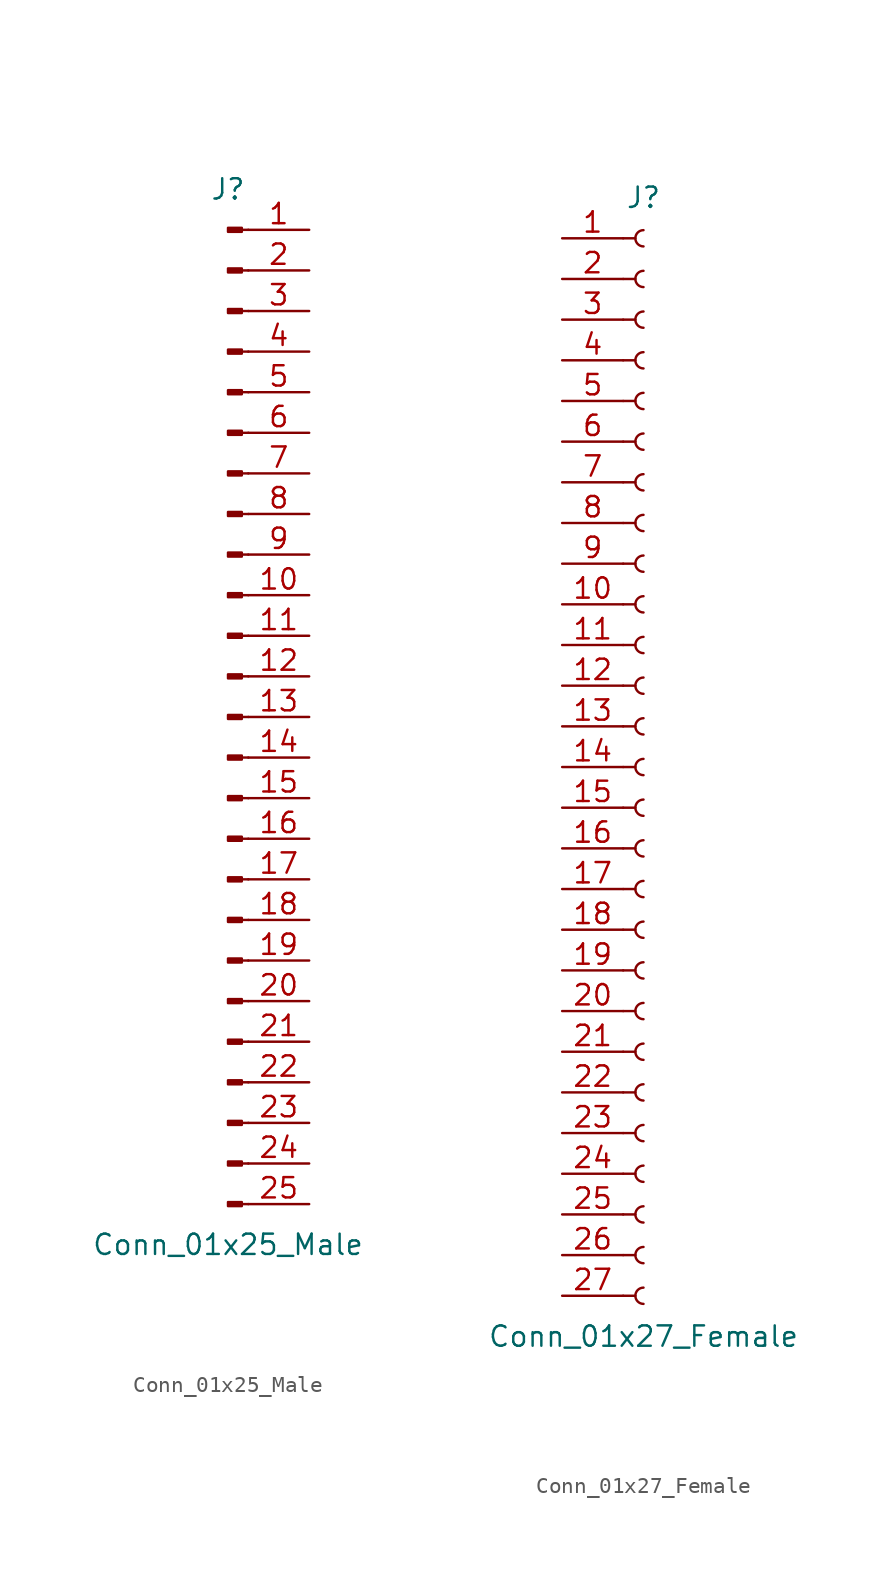
<source format=kicad_sym>
(kicad_symbol_lib
  (version 20211014)
  (generator kicad_symbol_editor)
  (symbol "Conn_01x25_Male"
    (pin_names
      (offset 1.016) hide)
    (property "Reference" "J"
      (at 0 33.02 0)
      (effects (font (size 1.27 1.27))))
    (property "Value" "Conn_01x25_Male"
      (at 0 -33.02 0)
      (effects (font (size 1.27 1.27))))
    (symbol "Conn_01x25_Male_1_1"
      (polyline (pts (xy 1.27 -30.48) (xy 0.864 -30.48)) (stroke (width 0.152) (type default) (color 0 0 0 0)) (fill (type none)))
      (polyline (pts (xy 1.27 -27.94) (xy 0.864 -27.94)) (stroke (width 0.152) (type default) (color 0 0 0 0)) (fill (type none)))
      (polyline (pts (xy 1.27 -25.4) (xy 0.864 -25.4)) (stroke (width 0.152) (type default) (color 0 0 0 0)) (fill (type none)))
      (polyline (pts (xy 1.27 -22.86) (xy 0.864 -22.86)) (stroke (width 0.152) (type default) (color 0 0 0 0)) (fill (type none)))
      (polyline (pts (xy 1.27 -20.32) (xy 0.864 -20.32)) (stroke (width 0.152) (type default) (color 0 0 0 0)) (fill (type none)))
      (polyline (pts (xy 1.27 -17.78) (xy 0.864 -17.78)) (stroke (width 0.152) (type default) (color 0 0 0 0)) (fill (type none)))
      (polyline (pts (xy 1.27 -15.24) (xy 0.864 -15.24)) (stroke (width 0.152) (type default) (color 0 0 0 0)) (fill (type none)))
      (polyline (pts (xy 1.27 -12.7) (xy 0.864 -12.7)) (stroke (width 0.152) (type default) (color 0 0 0 0)) (fill (type none)))
      (polyline (pts (xy 1.27 -10.16) (xy 0.864 -10.16)) (stroke (width 0.152) (type default) (color 0 0 0 0)) (fill (type none)))
      (polyline (pts (xy 1.27 -7.62) (xy 0.864 -7.62)) (stroke (width 0.152) (type default) (color 0 0 0 0)) (fill (type none)))
      (polyline (pts (xy 1.27 -5.08) (xy 0.864 -5.08)) (stroke (width 0.152) (type default) (color 0 0 0 0)) (fill (type none)))
      (polyline (pts (xy 1.27 -2.54) (xy 0.864 -2.54)) (stroke (width 0.152) (type default) (color 0 0 0 0)) (fill (type none)))
      (polyline (pts (xy 1.27 0) (xy 0.864 0)) (stroke (width 0.152) (type default) (color 0 0 0 0)) (fill (type none)))
      (polyline (pts (xy 1.27 2.54) (xy 0.864 2.54)) (stroke (width 0.152) (type default) (color 0 0 0 0)) (fill (type none)))
      (polyline (pts (xy 1.27 5.08) (xy 0.864 5.08)) (stroke (width 0.152) (type default) (color 0 0 0 0)) (fill (type none)))
      (polyline (pts (xy 1.27 7.62) (xy 0.864 7.62)) (stroke (width 0.152) (type default) (color 0 0 0 0)) (fill (type none)))
      (polyline (pts (xy 1.27 10.16) (xy 0.864 10.16)) (stroke (width 0.152) (type default) (color 0 0 0 0)) (fill (type none)))
      (polyline (pts (xy 1.27 12.7) (xy 0.864 12.7)) (stroke (width 0.152) (type default) (color 0 0 0 0)) (fill (type none)))
      (polyline (pts (xy 1.27 15.24) (xy 0.864 15.24)) (stroke (width 0.152) (type default) (color 0 0 0 0)) (fill (type none)))
      (polyline (pts (xy 1.27 17.78) (xy 0.864 17.78)) (stroke (width 0.152) (type default) (color 0 0 0 0)) (fill (type none)))
      (polyline (pts (xy 1.27 20.32) (xy 0.864 20.32)) (stroke (width 0.152) (type default) (color 0 0 0 0)) (fill (type none)))
      (polyline (pts (xy 1.27 22.86) (xy 0.864 22.86)) (stroke (width 0.152) (type default) (color 0 0 0 0)) (fill (type none)))
      (polyline (pts (xy 1.27 25.4) (xy 0.864 25.4)) (stroke (width 0.152) (type default) (color 0 0 0 0)) (fill (type none)))
      (polyline (pts (xy 1.27 27.94) (xy 0.864 27.94)) (stroke (width 0.152) (type default) (color 0 0 0 0)) (fill (type none)))
      (polyline (pts (xy 1.27 30.48) (xy 0.864 30.48)) (stroke (width 0.152) (type default) (color 0 0 0 0)) (fill (type none)))
      (rectangle (start 0.864 -30.353) (end 0 -30.607) (stroke (width 0.152) (type default) (color 0 0 0 0)) (fill (type outline)))
      (rectangle (start 0.864 -27.813) (end 0 -28.067) (stroke (width 0.152) (type default) (color 0 0 0 0)) (fill (type outline)))
      (rectangle (start 0.864 -25.273) (end 0 -25.527) (stroke (width 0.152) (type default) (color 0 0 0 0)) (fill (type outline)))
      (rectangle (start 0.864 -22.733) (end 0 -22.987) (stroke (width 0.152) (type default) (color 0 0 0 0)) (fill (type outline)))
      (rectangle (start 0.864 -20.193) (end 0 -20.447) (stroke (width 0.152) (type default) (color 0 0 0 0)) (fill (type outline)))
      (rectangle (start 0.864 -17.653) (end 0 -17.907) (stroke (width 0.152) (type default) (color 0 0 0 0)) (fill (type outline)))
      (rectangle (start 0.864 -15.113) (end 0 -15.367) (stroke (width 0.152) (type default) (color 0 0 0 0)) (fill (type outline)))
      (rectangle (start 0.864 -12.573) (end 0 -12.827) (stroke (width 0.152) (type default) (color 0 0 0 0)) (fill (type outline)))
      (rectangle (start 0.864 -10.033) (end 0 -10.287) (stroke (width 0.152) (type default) (color 0 0 0 0)) (fill (type outline)))
      (rectangle (start 0.864 -7.493) (end 0 -7.747) (stroke (width 0.152) (type default) (color 0 0 0 0)) (fill (type outline)))
      (rectangle (start 0.864 -4.953) (end 0 -5.207) (stroke (width 0.152) (type default) (color 0 0 0 0)) (fill (type outline)))
      (rectangle (start 0.864 -2.413) (end 0 -2.667) (stroke (width 0.152) (type default) (color 0 0 0 0)) (fill (type outline)))
      (rectangle (start 0.864 0.127) (end 0 -0.127) (stroke (width 0.152) (type default) (color 0 0 0 0)) (fill (type outline)))
      (rectangle (start 0.864 2.667) (end 0 2.413) (stroke (width 0.152) (type default) (color 0 0 0 0)) (fill (type outline)))
      (rectangle (start 0.864 5.207) (end 0 4.953) (stroke (width 0.152) (type default) (color 0 0 0 0)) (fill (type outline)))
      (rectangle (start 0.864 7.747) (end 0 7.493) (stroke (width 0.152) (type default) (color 0 0 0 0)) (fill (type outline)))
      (rectangle (start 0.864 10.287) (end 0 10.033) (stroke (width 0.152) (type default) (color 0 0 0 0)) (fill (type outline)))
      (rectangle (start 0.864 12.827) (end 0 12.573) (stroke (width 0.152) (type default) (color 0 0 0 0)) (fill (type outline)))
      (rectangle (start 0.864 15.367) (end 0 15.113) (stroke (width 0.152) (type default) (color 0 0 0 0)) (fill (type outline)))
      (rectangle (start 0.864 17.907) (end 0 17.653) (stroke (width 0.152) (type default) (color 0 0 0 0)) (fill (type outline)))
      (rectangle (start 0.864 20.447) (end 0 20.193) (stroke (width 0.152) (type default) (color 0 0 0 0)) (fill (type outline)))
      (rectangle (start 0.864 22.987) (end 0 22.733) (stroke (width 0.152) (type default) (color 0 0 0 0)) (fill (type outline)))
      (rectangle (start 0.864 25.527) (end 0 25.273) (stroke (width 0.152) (type default) (color 0 0 0 0)) (fill (type outline)))
      (rectangle (start 0.864 28.067) (end 0 27.813) (stroke (width 0.152) (type default) (color 0 0 0 0)) (fill (type outline)))
      (rectangle (start 0.864 30.607) (end 0 30.353) (stroke (width 0.152) (type default) (color 0 0 0 0)) (fill (type outline)))
      (pin passive line (at 5.08 30.48 180) (length 3.81) (name "Pin_1" (effects (font (size 1.27 1.27)))) (number "1" (effects (font (size 1.27 1.27)))))
      (pin passive line (at 5.08 7.62 180) (length 3.81) (name "Pin_10" (effects (font (size 1.27 1.27)))) (number "10" (effects (font (size 1.27 1.27)))))
      (pin passive line (at 5.08 5.08 180) (length 3.81) (name "Pin_11" (effects (font (size 1.27 1.27)))) (number "11" (effects (font (size 1.27 1.27)))))
      (pin passive line (at 5.08 2.54 180) (length 3.81) (name "Pin_12" (effects (font (size 1.27 1.27)))) (number "12" (effects (font (size 1.27 1.27)))))
      (pin passive line (at 5.08 0 180) (length 3.81) (name "Pin_13" (effects (font (size 1.27 1.27)))) (number "13" (effects (font (size 1.27 1.27)))))
      (pin passive line (at 5.08 -2.54 180) (length 3.81) (name "Pin_14" (effects (font (size 1.27 1.27)))) (number "14" (effects (font (size 1.27 1.27)))))
      (pin passive line (at 5.08 -5.08 180) (length 3.81) (name "Pin_15" (effects (font (size 1.27 1.27)))) (number "15" (effects (font (size 1.27 1.27)))))
      (pin passive line (at 5.08 -7.62 180) (length 3.81) (name "Pin_16" (effects (font (size 1.27 1.27)))) (number "16" (effects (font (size 1.27 1.27)))))
      (pin passive line (at 5.08 -10.16 180) (length 3.81) (name "Pin_17" (effects (font (size 1.27 1.27)))) (number "17" (effects (font (size 1.27 1.27)))))
      (pin passive line (at 5.08 -12.7 180) (length 3.81) (name "Pin_18" (effects (font (size 1.27 1.27)))) (number "18" (effects (font (size 1.27 1.27)))))
      (pin passive line (at 5.08 -15.24 180) (length 3.81) (name "Pin_19" (effects (font (size 1.27 1.27)))) (number "19" (effects (font (size 1.27 1.27)))))
      (pin passive line (at 5.08 27.94 180) (length 3.81) (name "Pin_2" (effects (font (size 1.27 1.27)))) (number "2" (effects (font (size 1.27 1.27)))))
      (pin passive line (at 5.08 -17.78 180) (length 3.81) (name "Pin_20" (effects (font (size 1.27 1.27)))) (number "20" (effects (font (size 1.27 1.27)))))
      (pin passive line (at 5.08 -20.32 180) (length 3.81) (name "Pin_21" (effects (font (size 1.27 1.27)))) (number "21" (effects (font (size 1.27 1.27)))))
      (pin passive line (at 5.08 -22.86 180) (length 3.81) (name "Pin_22" (effects (font (size 1.27 1.27)))) (number "22" (effects (font (size 1.27 1.27)))))
      (pin passive line (at 5.08 -25.4 180) (length 3.81) (name "Pin_23" (effects (font (size 1.27 1.27)))) (number "23" (effects (font (size 1.27 1.27)))))
      (pin passive line (at 5.08 -27.94 180) (length 3.81) (name "Pin_24" (effects (font (size 1.27 1.27)))) (number "24" (effects (font (size 1.27 1.27)))))
      (pin passive line (at 5.08 -30.48 180) (length 3.81) (name "Pin_25" (effects (font (size 1.27 1.27)))) (number "25" (effects (font (size 1.27 1.27)))))
      (pin passive line (at 5.08 25.4 180) (length 3.81) (name "Pin_3" (effects (font (size 1.27 1.27)))) (number "3" (effects (font (size 1.27 1.27)))))
      (pin passive line (at 5.08 22.86 180) (length 3.81) (name "Pin_4" (effects (font (size 1.27 1.27)))) (number "4" (effects (font (size 1.27 1.27)))))
      (pin passive line (at 5.08 20.32 180) (length 3.81) (name "Pin_5" (effects (font (size 1.27 1.27)))) (number "5" (effects (font (size 1.27 1.27)))))
      (pin passive line (at 5.08 17.78 180) (length 3.81) (name "Pin_6" (effects (font (size 1.27 1.27)))) (number "6" (effects (font (size 1.27 1.27)))))
      (pin passive line (at 5.08 15.24 180) (length 3.81) (name "Pin_7" (effects (font (size 1.27 1.27)))) (number "7" (effects (font (size 1.27 1.27)))))
      (pin passive line (at 5.08 12.7 180) (length 3.81) (name "Pin_8" (effects (font (size 1.27 1.27)))) (number "8" (effects (font (size 1.27 1.27)))))
      (pin passive line (at 5.08 10.16 180) (length 3.81) (name "Pin_9" (effects (font (size 1.27 1.27)))) (number "9" (effects (font (size 1.27 1.27)))))))
  (symbol "Conn_01x27_Female"
    (pin_names
      (offset 1.016) hide)
    (property "Reference" "J"
      (at 0 35.56 0)
      (effects (font (size 1.27 1.27))))
    (property "Value" "Conn_01x27_Female"
      (at 0 -35.56 0)
      (effects (font (size 1.27 1.27))))
    (symbol "Conn_01x27_Female_1_1"
      (arc (start 0 -32.512) (mid -0.508 -33.02) (end 0 -33.528) (stroke (width 0.1524) (type default) (color 0 0 0 0)) (fill (type none)))
      (arc (start 0 -29.972) (mid -0.508 -30.48) (end 0 -30.988) (stroke (width 0.1524) (type default) (color 0 0 0 0)) (fill (type none)))
      (arc (start 0 -27.432) (mid -0.508 -27.94) (end 0 -28.448) (stroke (width 0.1524) (type default) (color 0 0 0 0)) (fill (type none)))
      (arc (start 0 -24.892) (mid -0.508 -25.4) (end 0 -25.908) (stroke (width 0.1524) (type default) (color 0 0 0 0)) (fill (type none)))
      (arc (start 0 -22.352) (mid -0.508 -22.86) (end 0 -23.368) (stroke (width 0.1524) (type default) (color 0 0 0 0)) (fill (type none)))
      (arc (start 0 -19.812) (mid -0.508 -20.32) (end 0 -20.828) (stroke (width 0.1524) (type default) (color 0 0 0 0)) (fill (type none)))
      (arc (start 0 -17.272) (mid -0.508 -17.78) (end 0 -18.288) (stroke (width 0.1524) (type default) (color 0 0 0 0)) (fill (type none)))
      (arc (start 0 -14.732) (mid -0.508 -15.24) (end 0 -15.748) (stroke (width 0.1524) (type default) (color 0 0 0 0)) (fill (type none)))
      (arc (start 0 -12.192) (mid -0.508 -12.7) (end 0 -13.208) (stroke (width 0.1524) (type default) (color 0 0 0 0)) (fill (type none)))
      (arc (start 0 -9.652) (mid -0.508 -10.16) (end 0 -10.668) (stroke (width 0.1524) (type default) (color 0 0 0 0)) (fill (type none)))
      (arc (start 0 -7.112) (mid -0.508 -7.62) (end 0 -8.128) (stroke (width 0.1524) (type default) (color 0 0 0 0)) (fill (type none)))
      (arc (start 0 -4.572) (mid -0.508 -5.08) (end 0 -5.588) (stroke (width 0.1524) (type default) (color 0 0 0 0)) (fill (type none)))
      (arc (start 0 -2.032) (mid -0.508 -2.54) (end 0 -3.048) (stroke (width 0.1524) (type default) (color 0 0 0 0)) (fill (type none)))
      (polyline (pts (xy -1.27 -33.02) (xy -0.508 -33.02)) (stroke (width 0.152) (type default) (color 0 0 0 0)) (fill (type none)))
      (polyline (pts (xy -1.27 -30.48) (xy -0.508 -30.48)) (stroke (width 0.152) (type default) (color 0 0 0 0)) (fill (type none)))
      (polyline (pts (xy -1.27 -27.94) (xy -0.508 -27.94)) (stroke (width 0.152) (type default) (color 0 0 0 0)) (fill (type none)))
      (polyline (pts (xy -1.27 -25.4) (xy -0.508 -25.4)) (stroke (width 0.152) (type default) (color 0 0 0 0)) (fill (type none)))
      (polyline (pts (xy -1.27 -22.86) (xy -0.508 -22.86)) (stroke (width 0.152) (type default) (color 0 0 0 0)) (fill (type none)))
      (polyline (pts (xy -1.27 -20.32) (xy -0.508 -20.32)) (stroke (width 0.152) (type default) (color 0 0 0 0)) (fill (type none)))
      (polyline (pts (xy -1.27 -17.78) (xy -0.508 -17.78)) (stroke (width 0.152) (type default) (color 0 0 0 0)) (fill (type none)))
      (polyline (pts (xy -1.27 -15.24) (xy -0.508 -15.24)) (stroke (width 0.152) (type default) (color 0 0 0 0)) (fill (type none)))
      (polyline (pts (xy -1.27 -12.7) (xy -0.508 -12.7)) (stroke (width 0.152) (type default) (color 0 0 0 0)) (fill (type none)))
      (polyline (pts (xy -1.27 -10.16) (xy -0.508 -10.16)) (stroke (width 0.152) (type default) (color 0 0 0 0)) (fill (type none)))
      (polyline (pts (xy -1.27 -7.62) (xy -0.508 -7.62)) (stroke (width 0.152) (type default) (color 0 0 0 0)) (fill (type none)))
      (polyline (pts (xy -1.27 -5.08) (xy -0.508 -5.08)) (stroke (width 0.152) (type default) (color 0 0 0 0)) (fill (type none)))
      (polyline (pts (xy -1.27 -2.54) (xy -0.508 -2.54)) (stroke (width 0.152) (type default) (color 0 0 0 0)) (fill (type none)))
      (polyline (pts (xy -1.27 0) (xy -0.508 0)) (stroke (width 0.152) (type default) (color 0 0 0 0)) (fill (type none)))
      (polyline (pts (xy -1.27 2.54) (xy -0.508 2.54)) (stroke (width 0.152) (type default) (color 0 0 0 0)) (fill (type none)))
      (polyline (pts (xy -1.27 5.08) (xy -0.508 5.08)) (stroke (width 0.152) (type default) (color 0 0 0 0)) (fill (type none)))
      (polyline (pts (xy -1.27 7.62) (xy -0.508 7.62)) (stroke (width 0.152) (type default) (color 0 0 0 0)) (fill (type none)))
      (polyline (pts (xy -1.27 10.16) (xy -0.508 10.16)) (stroke (width 0.152) (type default) (color 0 0 0 0)) (fill (type none)))
      (polyline (pts (xy -1.27 12.7) (xy -0.508 12.7)) (stroke (width 0.152) (type default) (color 0 0 0 0)) (fill (type none)))
      (polyline (pts (xy -1.27 15.24) (xy -0.508 15.24)) (stroke (width 0.152) (type default) (color 0 0 0 0)) (fill (type none)))
      (polyline (pts (xy -1.27 17.78) (xy -0.508 17.78)) (stroke (width 0.152) (type default) (color 0 0 0 0)) (fill (type none)))
      (polyline (pts (xy -1.27 20.32) (xy -0.508 20.32)) (stroke (width 0.152) (type default) (color 0 0 0 0)) (fill (type none)))
      (polyline (pts (xy -1.27 22.86) (xy -0.508 22.86)) (stroke (width 0.152) (type default) (color 0 0 0 0)) (fill (type none)))
      (polyline (pts (xy -1.27 25.4) (xy -0.508 25.4)) (stroke (width 0.152) (type default) (color 0 0 0 0)) (fill (type none)))
      (polyline (pts (xy -1.27 27.94) (xy -0.508 27.94)) (stroke (width 0.152) (type default) (color 0 0 0 0)) (fill (type none)))
      (polyline (pts (xy -1.27 30.48) (xy -0.508 30.48)) (stroke (width 0.152) (type default) (color 0 0 0 0)) (fill (type none)))
      (polyline (pts (xy -1.27 33.02) (xy -0.508 33.02)) (stroke (width 0.152) (type default) (color 0 0 0 0)) (fill (type none)))
      (arc (start 0 0.508) (mid -0.508 0) (end 0 -0.508) (stroke (width 0.1524) (type default) (color 0 0 0 0)) (fill (type none)))
      (arc (start 0 3.048) (mid -0.508 2.54) (end 0 2.032) (stroke (width 0.1524) (type default) (color 0 0 0 0)) (fill (type none)))
      (arc (start 0 5.588) (mid -0.508 5.08) (end 0 4.572) (stroke (width 0.1524) (type default) (color 0 0 0 0)) (fill (type none)))
      (arc (start 0 8.128) (mid -0.508 7.62) (end 0 7.112) (stroke (width 0.1524) (type default) (color 0 0 0 0)) (fill (type none)))
      (arc (start 0 10.668) (mid -0.508 10.16) (end 0 9.652) (stroke (width 0.1524) (type default) (color 0 0 0 0)) (fill (type none)))
      (arc (start 0 13.208) (mid -0.508 12.7) (end 0 12.192) (stroke (width 0.1524) (type default) (color 0 0 0 0)) (fill (type none)))
      (arc (start 0 15.748) (mid -0.508 15.24) (end 0 14.732) (stroke (width 0.1524) (type default) (color 0 0 0 0)) (fill (type none)))
      (arc (start 0 18.288) (mid -0.508 17.78) (end 0 17.272) (stroke (width 0.1524) (type default) (color 0 0 0 0)) (fill (type none)))
      (arc (start 0 20.828) (mid -0.508 20.32) (end 0 19.812) (stroke (width 0.1524) (type default) (color 0 0 0 0)) (fill (type none)))
      (arc (start 0 23.368) (mid -0.508 22.86) (end 0 22.352) (stroke (width 0.1524) (type default) (color 0 0 0 0)) (fill (type none)))
      (arc (start 0 25.908) (mid -0.508 25.4) (end 0 24.892) (stroke (width 0.1524) (type default) (color 0 0 0 0)) (fill (type none)))
      (arc (start 0 28.448) (mid -0.508 27.94) (end 0 27.432) (stroke (width 0.1524) (type default) (color 0 0 0 0)) (fill (type none)))
      (arc (start 0 30.988) (mid -0.508 30.48) (end 0 29.972) (stroke (width 0.1524) (type default) (color 0 0 0 0)) (fill (type none)))
      (arc (start 0 33.528) (mid -0.508 33.02) (end 0 32.512) (stroke (width 0.1524) (type default) (color 0 0 0 0)) (fill (type none)))
      (pin passive line (at -5.08 33.02 0) (length 3.81) (name "Pin_1" (effects (font (size 1.27 1.27)))) (number "1" (effects (font (size 1.27 1.27)))))
      (pin passive line (at -5.08 10.16 0) (length 3.81) (name "Pin_10" (effects (font (size 1.27 1.27)))) (number "10" (effects (font (size 1.27 1.27)))))
      (pin passive line (at -5.08 7.62 0) (length 3.81) (name "Pin_11" (effects (font (size 1.27 1.27)))) (number "11" (effects (font (size 1.27 1.27)))))
      (pin passive line (at -5.08 5.08 0) (length 3.81) (name "Pin_12" (effects (font (size 1.27 1.27)))) (number "12" (effects (font (size 1.27 1.27)))))
      (pin passive line (at -5.08 2.54 0) (length 3.81) (name "Pin_13" (effects (font (size 1.27 1.27)))) (number "13" (effects (font (size 1.27 1.27)))))
      (pin passive line (at -5.08 0 0) (length 3.81) (name "Pin_14" (effects (font (size 1.27 1.27)))) (number "14" (effects (font (size 1.27 1.27)))))
      (pin passive line (at -5.08 -2.54 0) (length 3.81) (name "Pin_15" (effects (font (size 1.27 1.27)))) (number "15" (effects (font (size 1.27 1.27)))))
      (pin passive line (at -5.08 -5.08 0) (length 3.81) (name "Pin_16" (effects (font (size 1.27 1.27)))) (number "16" (effects (font (size 1.27 1.27)))))
      (pin passive line (at -5.08 -7.62 0) (length 3.81) (name "Pin_17" (effects (font (size 1.27 1.27)))) (number "17" (effects (font (size 1.27 1.27)))))
      (pin passive line (at -5.08 -10.16 0) (length 3.81) (name "Pin_18" (effects (font (size 1.27 1.27)))) (number "18" (effects (font (size 1.27 1.27)))))
      (pin passive line (at -5.08 -12.7 0) (length 3.81) (name "Pin_19" (effects (font (size 1.27 1.27)))) (number "19" (effects (font (size 1.27 1.27)))))
      (pin passive line (at -5.08 30.48 0) (length 3.81) (name "Pin_2" (effects (font (size 1.27 1.27)))) (number "2" (effects (font (size 1.27 1.27)))))
      (pin passive line (at -5.08 -15.24 0) (length 3.81) (name "Pin_20" (effects (font (size 1.27 1.27)))) (number "20" (effects (font (size 1.27 1.27)))))
      (pin passive line (at -5.08 -17.78 0) (length 3.81) (name "Pin_21" (effects (font (size 1.27 1.27)))) (number "21" (effects (font (size 1.27 1.27)))))
      (pin passive line (at -5.08 -20.32 0) (length 3.81) (name "Pin_22" (effects (font (size 1.27 1.27)))) (number "22" (effects (font (size 1.27 1.27)))))
      (pin passive line (at -5.08 -22.86 0) (length 3.81) (name "Pin_23" (effects (font (size 1.27 1.27)))) (number "23" (effects (font (size 1.27 1.27)))))
      (pin passive line (at -5.08 -25.4 0) (length 3.81) (name "Pin_24" (effects (font (size 1.27 1.27)))) (number "24" (effects (font (size 1.27 1.27)))))
      (pin passive line (at -5.08 -27.94 0) (length 3.81) (name "Pin_25" (effects (font (size 1.27 1.27)))) (number "25" (effects (font (size 1.27 1.27)))))
      (pin passive line (at -5.08 -30.48 0) (length 3.81) (name "Pin_26" (effects (font (size 1.27 1.27)))) (number "26" (effects (font (size 1.27 1.27)))))
      (pin passive line (at -5.08 -33.02 0) (length 3.81) (name "Pin_27" (effects (font (size 1.27 1.27)))) (number "27" (effects (font (size 1.27 1.27)))))
      (pin passive line (at -5.08 27.94 0) (length 3.81) (name "Pin_3" (effects (font (size 1.27 1.27)))) (number "3" (effects (font (size 1.27 1.27)))))
      (pin passive line (at -5.08 25.4 0) (length 3.81) (name "Pin_4" (effects (font (size 1.27 1.27)))) (number "4" (effects (font (size 1.27 1.27)))))
      (pin passive line (at -5.08 22.86 0) (length 3.81) (name "Pin_5" (effects (font (size 1.27 1.27)))) (number "5" (effects (font (size 1.27 1.27)))))
      (pin passive line (at -5.08 20.32 0) (length 3.81) (name "Pin_6" (effects (font (size 1.27 1.27)))) (number "6" (effects (font (size 1.27 1.27)))))
      (pin passive line (at -5.08 17.78 0) (length 3.81) (name "Pin_7" (effects (font (size 1.27 1.27)))) (number "7" (effects (font (size 1.27 1.27)))))
      (pin passive line (at -5.08 15.24 0) (length 3.81) (name "Pin_8" (effects (font (size 1.27 1.27)))) (number "8" (effects (font (size 1.27 1.27)))))
      (pin passive line (at -5.08 12.7 0) (length 3.81) (name "Pin_9" (effects (font (size 1.27 1.27)))) (number "9" (effects (font (size 1.27 1.27))))))))
</source>
